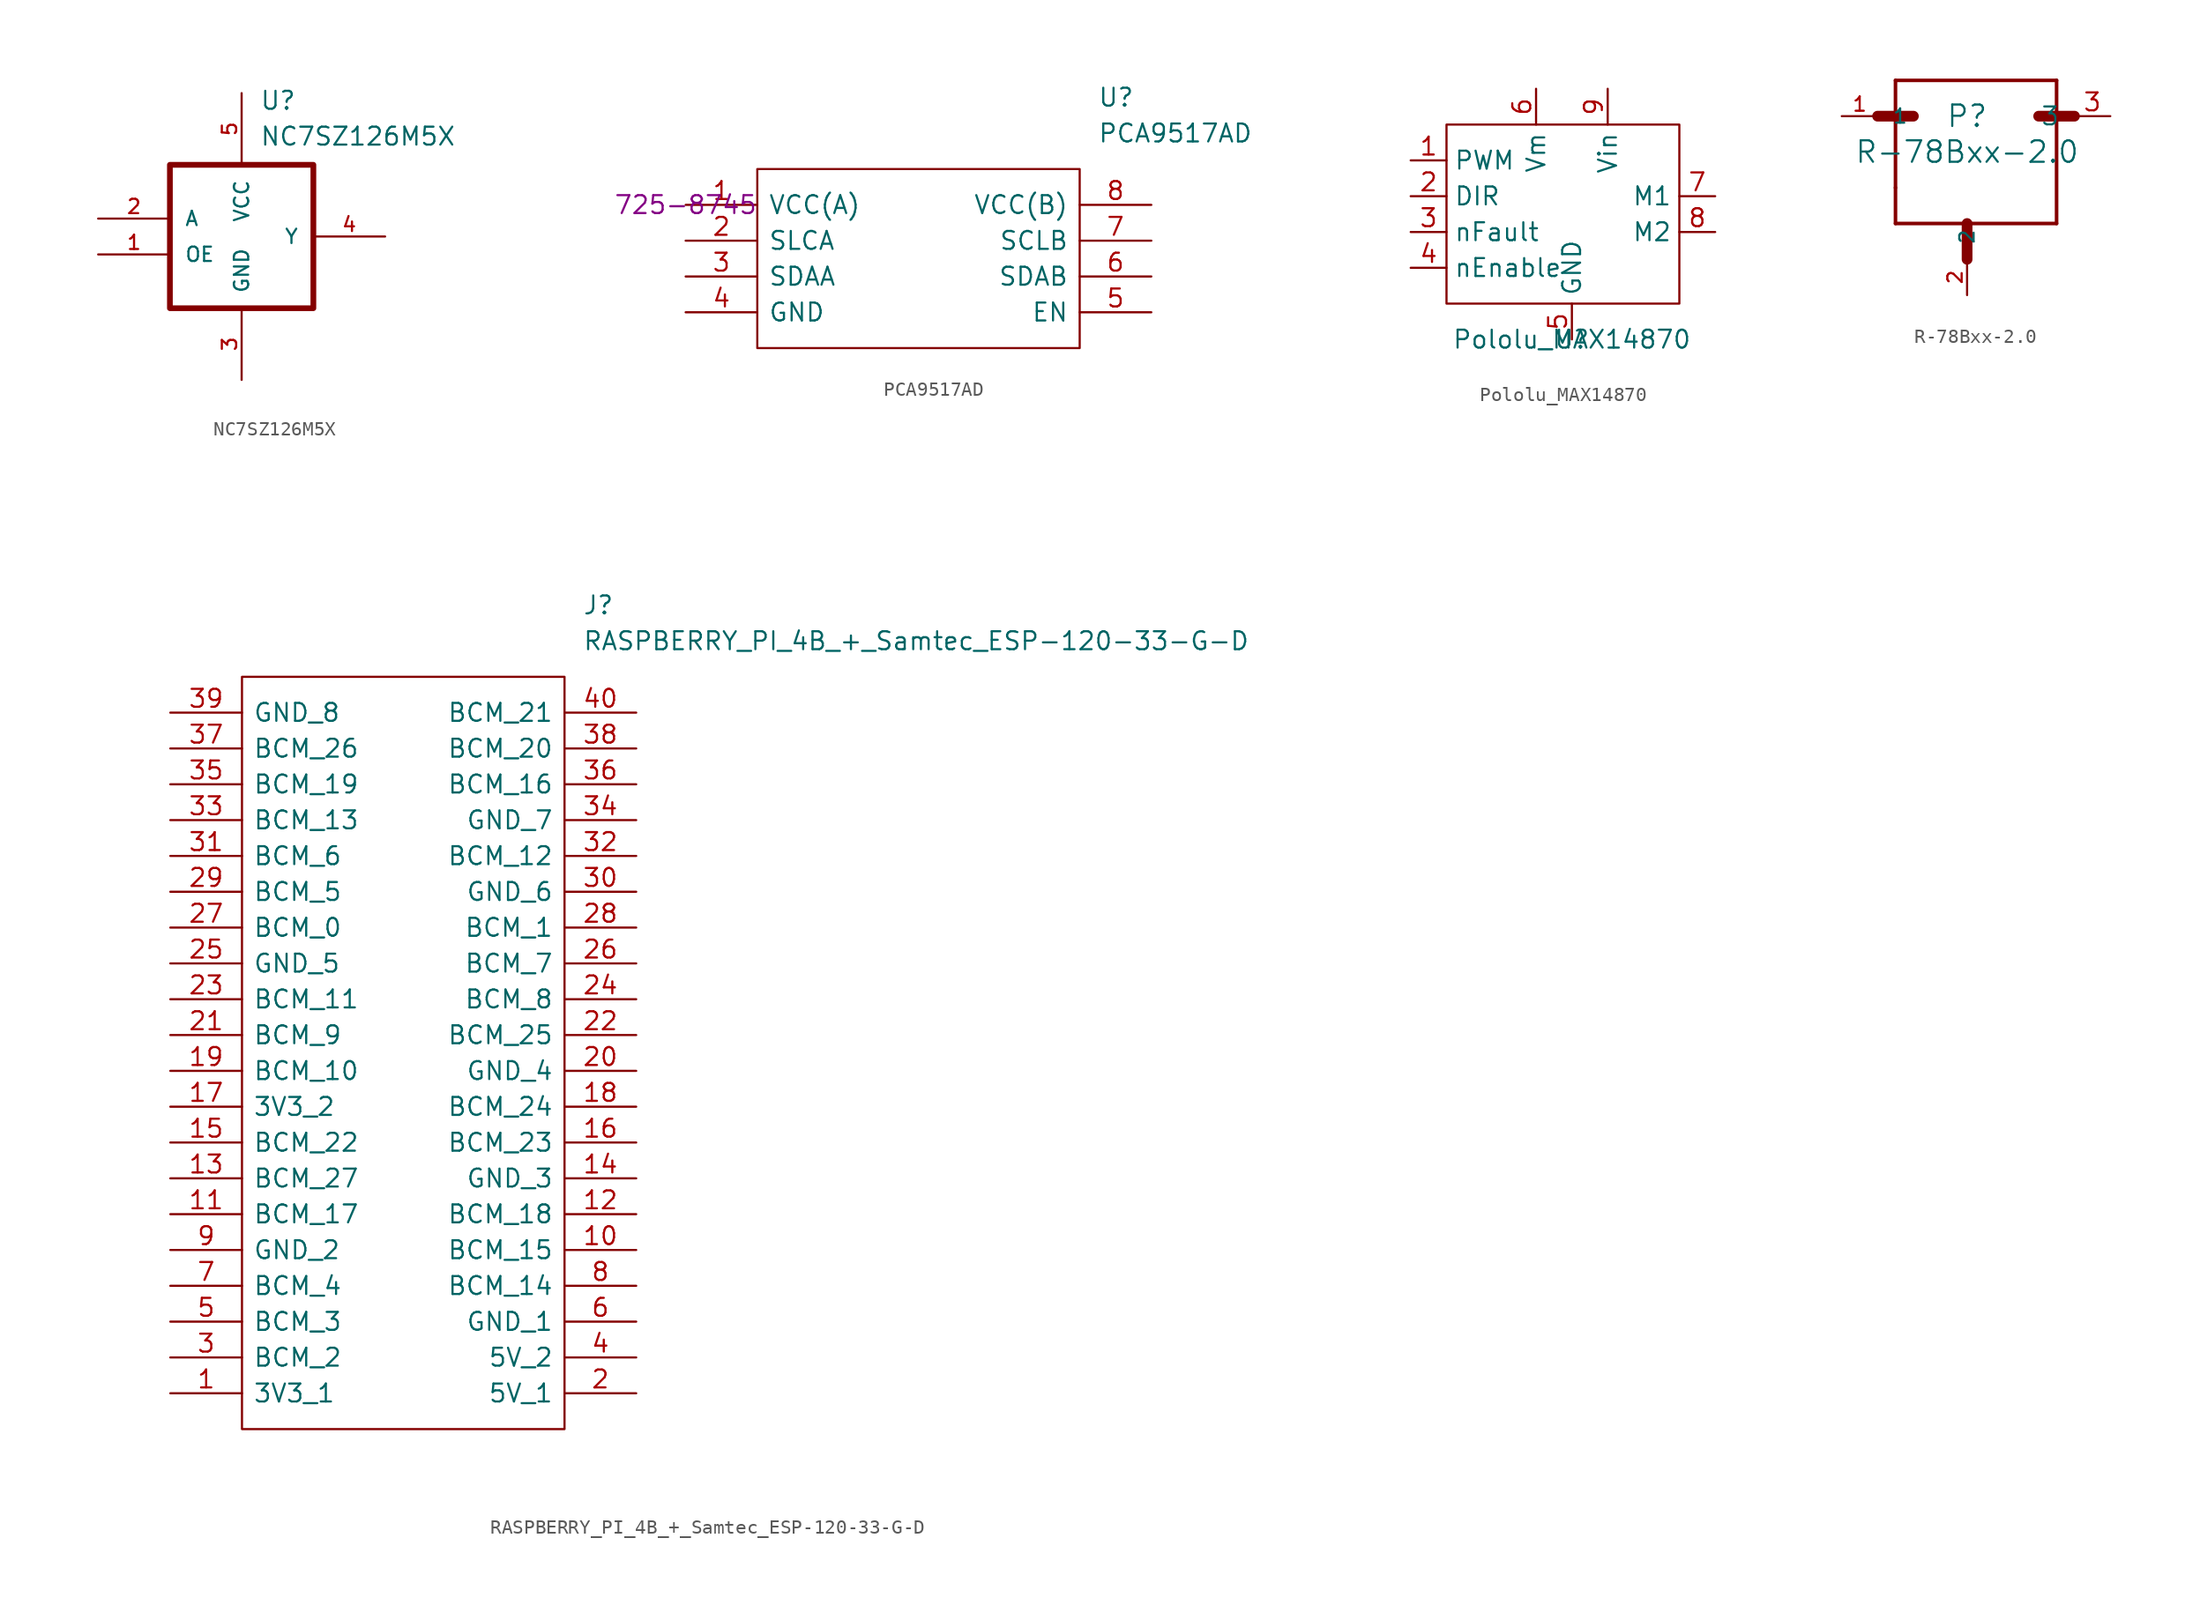
<source format=kicad_sym>
(kicad_symbol_lib
  (version 20211014)
  (generator kicad_symbol_editor)
  (symbol "NC7SZ126M5X"
    (pin_names
      (offset 1.016))
    (property "Reference" "U"
      (at 1.27 8.89 0)
      (effects (font (size 1.27 1.27)) (justify left bottom)))
    (property "Value" "NC7SZ126M5X"
      (at 1.27 6.35 0)
      (effects (font (size 1.27 1.27)) (justify left bottom)))
    (property "ki_locked" ""
      (at 0 0 0)
      (effects (font (size 1.27 1.27))))
    (symbol "NC7SZ126M5X_0_0"
      (pin input line (at -10.16 -1.27 0) (length 5.08) (name "OE" (effects (font (size 1.016 1.016)))) (number "1" (effects (font (size 1.016 1.016)))))
      (pin input line (at -10.16 1.27 0) (length 5.08) (name "A" (effects (font (size 1.016 1.016)))) (number "2" (effects (font (size 1.016 1.016)))))
      (pin passive line (at 0 -10.16 90) (length 5.08) (name "GND" (effects (font (size 1.016 1.016)))) (number "3" (effects (font (size 1.016 1.016)))))
      (pin output line (at 10.16 0 180) (length 5.08) (name "Y" (effects (font (size 1.016 1.016)))) (number "4" (effects (font (size 1.016 1.016)))))
      (pin power_in line (at 0 10.16 270) (length 5.08) (name "VCC" (effects (font (size 1.016 1.016)))) (number "5" (effects (font (size 1.016 1.016))))))
    (symbol "NC7SZ126M5X_0_1"
      (rectangle (start -5.08 -5.08) (end 5.08 5.08) (stroke (width 0.406) (type default) (color 0 0 0 0)) (fill (type none)))))
  (symbol "PCA9517AD"
    (pin_names
      (offset 0.762))
    (property "Reference" "U"
      (at 29.21 7.62 0)
      (effects (font (size 1.27 1.27)) (justify left)))
    (property "Value" "PCA9517AD"
      (at 29.21 5.08 0)
      (effects (font (size 1.27 1.27)) (justify left)))
    (property "RS part number" "725-8745"
      (at 0 0 0)
      (effects (font (size 1.27 1.27))))
    (symbol "PCA9517AD_0_0"
      (pin power_in line (at 0 0 0) (length 5.08) (name "VCC(A)" (effects (font (size 1.27 1.27)))) (number "1" (effects (font (size 1.27 1.27)))))
      (pin bidirectional line (at 0 -2.54 0) (length 5.08) (name "SLCA" (effects (font (size 1.27 1.27)))) (number "2" (effects (font (size 1.27 1.27)))))
      (pin bidirectional line (at 0 -5.08 0) (length 5.08) (name "SDAA" (effects (font (size 1.27 1.27)))) (number "3" (effects (font (size 1.27 1.27)))))
      (pin power_in line (at 0 -7.62 0) (length 5.08) (name "GND" (effects (font (size 1.27 1.27)))) (number "4" (effects (font (size 1.27 1.27)))))
      (pin input line (at 33.02 -7.62 180) (length 5.08) (name "EN" (effects (font (size 1.27 1.27)))) (number "5" (effects (font (size 1.27 1.27)))))
      (pin bidirectional line (at 33.02 -5.08 180) (length 5.08) (name "SDAB" (effects (font (size 1.27 1.27)))) (number "6" (effects (font (size 1.27 1.27)))))
      (pin bidirectional line (at 33.02 -2.54 180) (length 5.08) (name "SCLB" (effects (font (size 1.27 1.27)))) (number "7" (effects (font (size 1.27 1.27)))))
      (pin power_in line (at 33.02 0 180) (length 5.08) (name "VCC(B)" (effects (font (size 1.27 1.27)))) (number "8" (effects (font (size 1.27 1.27))))))
    (symbol "PCA9517AD_0_1"
      (polyline (pts (xy 5.08 2.54) (xy 27.94 2.54) (xy 27.94 -10.16) (xy 5.08 -10.16) (xy 5.08 2.54)) (stroke (width 0.152) (type default) (color 0 0 0 0)) (fill (type none)))))
  (symbol "Pololu_MAX14870"
    (property "Reference" "U"
      (at 0 0 0)
      (effects (font (size 1.27 1.27))))
    (property "Value" "Pololu_MAX14870"
      (at 0 0 0)
      (effects (font (size 1.27 1.27))))
    (symbol "Pololu_MAX14870_0_1"
      (rectangle (start -8.89 15.24) (end 7.62 2.54) (stroke (width 0) (type default) (color 0 0 0 0)) (fill (type none))))
    (symbol "Pololu_MAX14870_1_1"
      (pin input line (at -11.43 12.7 0) (length 2.54) (name "PWM" (effects (font (size 1.27 1.27)))) (number "1" (effects (font (size 1.27 1.27)))))
      (pin input line (at -11.43 10.16 0) (length 2.54) (name "DIR" (effects (font (size 1.27 1.27)))) (number "2" (effects (font (size 1.27 1.27)))))
      (pin input line (at -11.43 7.62 0) (length 2.54) (name "nFault" (effects (font (size 1.27 1.27)))) (number "3" (effects (font (size 1.27 1.27)))))
      (pin input line (at -11.43 5.08 0) (length 2.54) (name "nEnable" (effects (font (size 1.27 1.27)))) (number "4" (effects (font (size 1.27 1.27)))))
      (pin power_in line (at 0 0 90) (length 2.54) (name "GND" (effects (font (size 1.27 1.27)))) (number "5" (effects (font (size 1.27 1.27)))))
      (pin power_in line (at -2.54 17.78 270) (length 2.54) (name "Vm" (effects (font (size 1.27 1.27)))) (number "6" (effects (font (size 1.27 1.27)))))
      (pin output line (at 10.16 10.16 180) (length 2.54) (name "M1" (effects (font (size 1.27 1.27)))) (number "7" (effects (font (size 1.27 1.27)))))
      (pin output line (at 10.16 7.62 180) (length 2.54) (name "M2" (effects (font (size 1.27 1.27)))) (number "8" (effects (font (size 1.27 1.27)))))
      (pin power_in line (at 2.54 17.78 270) (length 2.54) (name "Vin" (effects (font (size 1.27 1.27)))) (number "9" (effects (font (size 1.27 1.27)))))))
  (symbol "R-78Bxx-2.0"
    (pin_names
      (offset 1.016))
    (property "Reference" "P"
      (at 0 2.54 0)
      (effects (font (size 1.524 1.524))))
    (property "Value" "R-78Bxx-2.0"
      (at 0 0 0)
      (effects (font (size 1.524 1.524))))
    (symbol "R-78Bxx-2.0_0_0"
      (polyline (pts (xy -6.35 2.54) (xy -3.81 2.54)) (stroke (width 0.762) (type default) (color 0 0 0 0)) (fill (type none)))
      (polyline (pts (xy -5.08 -5.08) (xy 6.35 -5.08)) (stroke (width 0.254) (type default) (color 0 0 0 0)) (fill (type none)))
      (polyline (pts (xy -5.08 -2.54) (xy -5.08 -5.08)) (stroke (width 0.254) (type default) (color 0 0 0 0)) (fill (type none)))
      (polyline (pts (xy -5.08 2.54) (xy -5.08 -2.54)) (stroke (width 0.254) (type default) (color 0 0 0 0)) (fill (type none)))
      (polyline (pts (xy -5.08 5.08) (xy -5.08 2.54)) (stroke (width 0.254) (type default) (color 0 0 0 0)) (fill (type none)))
      (polyline (pts (xy 6.35 -5.08) (xy 6.35 5.08)) (stroke (width 0.254) (type default) (color 0 0 0 0)) (fill (type none)))
      (polyline (pts (xy 6.35 5.08) (xy -5.08 5.08)) (stroke (width 0.254) (type default) (color 0 0 0 0)) (fill (type none)))
      (pin passive line (at -8.89 2.54 0) (length 2.54) (name "1" (effects (font (size 1.016 1.016)))) (number "1" (effects (font (size 1.016 1.016)))))
      (pin passive line (at 0 -10.16 90) (length 2.54) (name "2" (effects (font (size 1.016 1.016)))) (number "2" (effects (font (size 1.016 1.016))))))
    (symbol "R-78Bxx-2.0_0_1"
      (polyline (pts (xy 7.62 2.54) (xy 5.08 2.54)) (stroke (width 0.762) (type default) (color 0 0 0 0)) (fill (type none))))
    (symbol "R-78Bxx-2.0_1_0"
      (polyline (pts (xy 0 -5.08) (xy 0 -7.62)) (stroke (width 0.762) (type default) (color 0 0 0 0)) (fill (type none))))
    (symbol "R-78Bxx-2.0_1_1"
      (pin input line (at 10.16 2.54 180) (length 2.54) (name "3" (effects (font (size 1.27 1.27)))) (number "3" (effects (font (size 1.27 1.27)))))))
  (symbol "RASPBERRY_PI_4B_+_Samtec_ESP-120-33-G-D"
    (pin_names
      (offset 0.762))
    (property "Reference" "J"
      (at 29.21 7.62 0)
      (effects (font (size 1.27 1.27)) (justify left)))
    (property "Value" "RASPBERRY_PI_4B_+_Samtec_ESP-120-33-G-D"
      (at 29.21 5.08 0)
      (effects (font (size 1.27 1.27)) (justify left)))
    (symbol "RASPBERRY_PI_4B_+_Samtec_ESP-120-33-G-D_0_0"
      (pin power_in line (at 0 -48.26 0) (length 5.08) (name "3V3_1" (effects (font (size 1.27 1.27)))) (number "1" (effects (font (size 1.27 1.27)))))
      (pin passive line (at 33.02 -38.1 180) (length 5.08) (name "BCM_15" (effects (font (size 1.27 1.27)))) (number "10" (effects (font (size 1.27 1.27)))))
      (pin passive line (at 0 -35.56 0) (length 5.08) (name "BCM_17" (effects (font (size 1.27 1.27)))) (number "11" (effects (font (size 1.27 1.27)))))
      (pin passive line (at 33.02 -35.56 180) (length 5.08) (name "BCM_18" (effects (font (size 1.27 1.27)))) (number "12" (effects (font (size 1.27 1.27)))))
      (pin passive line (at 0 -33.02 0) (length 5.08) (name "BCM_27" (effects (font (size 1.27 1.27)))) (number "13" (effects (font (size 1.27 1.27)))))
      (pin power_in line (at 33.02 -33.02 180) (length 5.08) (name "GND_3" (effects (font (size 1.27 1.27)))) (number "14" (effects (font (size 1.27 1.27)))))
      (pin passive line (at 0 -30.48 0) (length 5.08) (name "BCM_22" (effects (font (size 1.27 1.27)))) (number "15" (effects (font (size 1.27 1.27)))))
      (pin passive line (at 33.02 -30.48 180) (length 5.08) (name "BCM_23" (effects (font (size 1.27 1.27)))) (number "16" (effects (font (size 1.27 1.27)))))
      (pin power_in line (at 0 -27.94 0) (length 5.08) (name "3V3_2" (effects (font (size 1.27 1.27)))) (number "17" (effects (font (size 1.27 1.27)))))
      (pin passive line (at 33.02 -27.94 180) (length 5.08) (name "BCM_24" (effects (font (size 1.27 1.27)))) (number "18" (effects (font (size 1.27 1.27)))))
      (pin passive line (at 0 -25.4 0) (length 5.08) (name "BCM_10" (effects (font (size 1.27 1.27)))) (number "19" (effects (font (size 1.27 1.27)))))
      (pin power_in line (at 33.02 -48.26 180) (length 5.08) (name "5V_1" (effects (font (size 1.27 1.27)))) (number "2" (effects (font (size 1.27 1.27)))))
      (pin power_in line (at 33.02 -25.4 180) (length 5.08) (name "GND_4" (effects (font (size 1.27 1.27)))) (number "20" (effects (font (size 1.27 1.27)))))
      (pin passive line (at 0 -22.86 0) (length 5.08) (name "BCM_9" (effects (font (size 1.27 1.27)))) (number "21" (effects (font (size 1.27 1.27)))))
      (pin passive line (at 33.02 -22.86 180) (length 5.08) (name "BCM_25" (effects (font (size 1.27 1.27)))) (number "22" (effects (font (size 1.27 1.27)))))
      (pin passive line (at 0 -20.32 0) (length 5.08) (name "BCM_11" (effects (font (size 1.27 1.27)))) (number "23" (effects (font (size 1.27 1.27)))))
      (pin passive line (at 33.02 -20.32 180) (length 5.08) (name "BCM_8" (effects (font (size 1.27 1.27)))) (number "24" (effects (font (size 1.27 1.27)))))
      (pin power_in line (at 0 -17.78 0) (length 5.08) (name "GND_5" (effects (font (size 1.27 1.27)))) (number "25" (effects (font (size 1.27 1.27)))))
      (pin passive line (at 33.02 -17.78 180) (length 5.08) (name "BCM_7" (effects (font (size 1.27 1.27)))) (number "26" (effects (font (size 1.27 1.27)))))
      (pin passive line (at 0 -15.24 0) (length 5.08) (name "BCM_0" (effects (font (size 1.27 1.27)))) (number "27" (effects (font (size 1.27 1.27)))))
      (pin passive line (at 33.02 -15.24 180) (length 5.08) (name "BCM_1" (effects (font (size 1.27 1.27)))) (number "28" (effects (font (size 1.27 1.27)))))
      (pin passive line (at 0 -12.7 0) (length 5.08) (name "BCM_5" (effects (font (size 1.27 1.27)))) (number "29" (effects (font (size 1.27 1.27)))))
      (pin passive line (at 0 -45.72 0) (length 5.08) (name "BCM_2" (effects (font (size 1.27 1.27)))) (number "3" (effects (font (size 1.27 1.27)))))
      (pin power_in line (at 33.02 -12.7 180) (length 5.08) (name "GND_6" (effects (font (size 1.27 1.27)))) (number "30" (effects (font (size 1.27 1.27)))))
      (pin passive line (at 0 -10.16 0) (length 5.08) (name "BCM_6" (effects (font (size 1.27 1.27)))) (number "31" (effects (font (size 1.27 1.27)))))
      (pin passive line (at 33.02 -10.16 180) (length 5.08) (name "BCM_12" (effects (font (size 1.27 1.27)))) (number "32" (effects (font (size 1.27 1.27)))))
      (pin passive line (at 0 -7.62 0) (length 5.08) (name "BCM_13" (effects (font (size 1.27 1.27)))) (number "33" (effects (font (size 1.27 1.27)))))
      (pin power_in line (at 33.02 -7.62 180) (length 5.08) (name "GND_7" (effects (font (size 1.27 1.27)))) (number "34" (effects (font (size 1.27 1.27)))))
      (pin passive line (at 0 -5.08 0) (length 5.08) (name "BCM_19" (effects (font (size 1.27 1.27)))) (number "35" (effects (font (size 1.27 1.27)))))
      (pin passive line (at 33.02 -5.08 180) (length 5.08) (name "BCM_16" (effects (font (size 1.27 1.27)))) (number "36" (effects (font (size 1.27 1.27)))))
      (pin passive line (at 0 -2.54 0) (length 5.08) (name "BCM_26" (effects (font (size 1.27 1.27)))) (number "37" (effects (font (size 1.27 1.27)))))
      (pin passive line (at 33.02 -2.54 180) (length 5.08) (name "BCM_20" (effects (font (size 1.27 1.27)))) (number "38" (effects (font (size 1.27 1.27)))))
      (pin power_in line (at 0 0 0) (length 5.08) (name "GND_8" (effects (font (size 1.27 1.27)))) (number "39" (effects (font (size 1.27 1.27)))))
      (pin power_in line (at 33.02 -45.72 180) (length 5.08) (name "5V_2" (effects (font (size 1.27 1.27)))) (number "4" (effects (font (size 1.27 1.27)))))
      (pin passive line (at 33.02 0 180) (length 5.08) (name "BCM_21" (effects (font (size 1.27 1.27)))) (number "40" (effects (font (size 1.27 1.27)))))
      (pin passive line (at 0 -43.18 0) (length 5.08) (name "BCM_3" (effects (font (size 1.27 1.27)))) (number "5" (effects (font (size 1.27 1.27)))))
      (pin power_in line (at 33.02 -43.18 180) (length 5.08) (name "GND_1" (effects (font (size 1.27 1.27)))) (number "6" (effects (font (size 1.27 1.27)))))
      (pin passive line (at 0 -40.64 0) (length 5.08) (name "BCM_4" (effects (font (size 1.27 1.27)))) (number "7" (effects (font (size 1.27 1.27)))))
      (pin passive line (at 33.02 -40.64 180) (length 5.08) (name "BCM_14" (effects (font (size 1.27 1.27)))) (number "8" (effects (font (size 1.27 1.27)))))
      (pin power_in line (at 0 -38.1 0) (length 5.08) (name "GND_2" (effects (font (size 1.27 1.27)))) (number "9" (effects (font (size 1.27 1.27))))))
    (symbol "RASPBERRY_PI_4B_+_Samtec_ESP-120-33-G-D_0_1"
      (polyline (pts (xy 5.08 2.54) (xy 27.94 2.54) (xy 27.94 -50.8) (xy 5.08 -50.8) (xy 5.08 2.54)) (stroke (width 0.152) (type default) (color 0 0 0 0)) (fill (type none))))))
</source>
